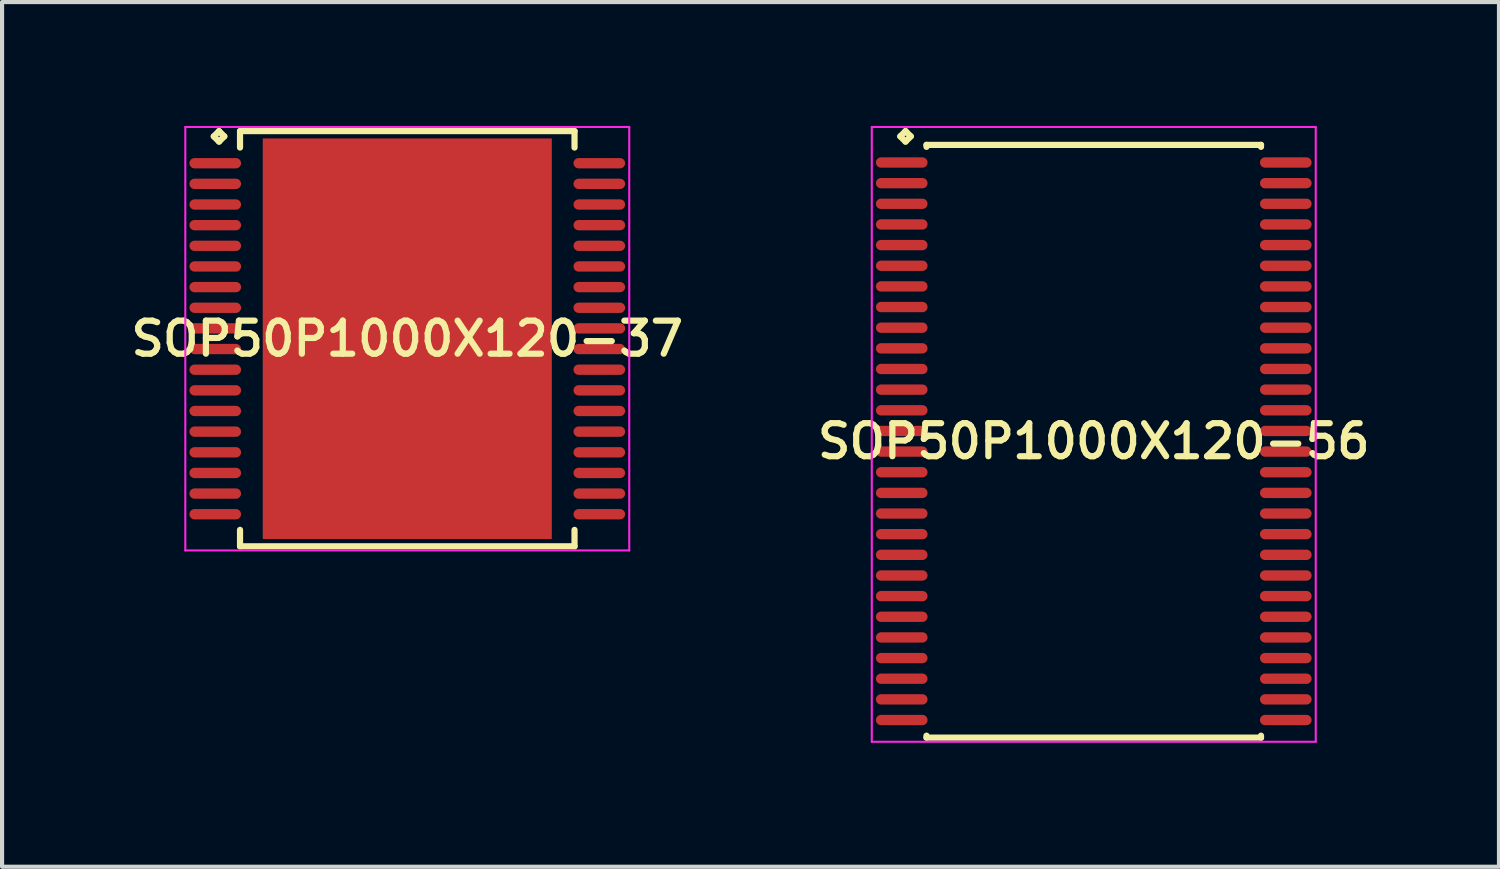
<source format=kicad_pcb>
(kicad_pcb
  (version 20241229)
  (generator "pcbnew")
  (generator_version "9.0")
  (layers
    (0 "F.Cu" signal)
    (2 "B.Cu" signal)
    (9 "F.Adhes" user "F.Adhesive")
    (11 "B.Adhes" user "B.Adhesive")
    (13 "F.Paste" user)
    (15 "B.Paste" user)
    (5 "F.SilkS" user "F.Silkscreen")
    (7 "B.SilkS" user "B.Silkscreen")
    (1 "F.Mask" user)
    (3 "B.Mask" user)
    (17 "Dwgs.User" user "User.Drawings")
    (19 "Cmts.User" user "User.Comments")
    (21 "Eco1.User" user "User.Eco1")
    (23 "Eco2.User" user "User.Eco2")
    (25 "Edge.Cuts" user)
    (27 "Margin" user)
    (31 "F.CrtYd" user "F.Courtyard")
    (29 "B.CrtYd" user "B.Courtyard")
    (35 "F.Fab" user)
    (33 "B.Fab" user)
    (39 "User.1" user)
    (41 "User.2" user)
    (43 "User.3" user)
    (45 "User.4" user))
  (footprint "SOP50P1000X120-37"
    (layer "F.Cu")
    (at 6.812 5.152)
    (property "Reference" "SOP50P1000X120-37" (at 0 0 0) (layer "F.SilkS") (effects (font (size 0.8 0.8) (thickness 0.15))))
    (attr smd)
    (fp_line (start -4.685 -4.9) (end -4.558 -5.027) (stroke (width 0.15) (type solid)) (layer "F.SilkS"))
    (fp_line (start -4.558 -5.027) (end -4.431 -4.9) (stroke (width 0.15) (type solid)) (layer "F.SilkS"))
    (fp_line (start -4.558 -4.773) (end -4.685 -4.9) (stroke (width 0.15) (type solid)) (layer "F.SilkS"))
    (fp_line (start -4.431 -4.9) (end -4.558 -4.773) (stroke (width 0.15) (type solid)) (layer "F.SilkS"))
    (fp_line (start -4.05 -5.027) (end 4.05 -5.027) (stroke (width 0.15) (type solid)) (layer "F.SilkS"))
    (fp_line (start -4.05 -4.629) (end -4.05 -5.027) (stroke (width 0.15) (type solid)) (layer "F.SilkS"))
    (fp_line (start -4.05 4.629) (end -4.05 5.027) (stroke (width 0.15) (type solid)) (layer "F.SilkS"))
    (fp_line (start -4.05 5.027) (end 4.05 5.027) (stroke (width 0.15) (type solid)) (layer "F.SilkS"))
    (fp_line (start 4.05 -5.027) (end 4.05 -4.629) (stroke (width 0.15) (type solid)) (layer "F.SilkS"))
    (fp_line (start 4.05 5.027) (end 4.05 4.629) (stroke (width 0.15) (type solid)) (layer "F.SilkS"))
    (fp_line (start -5.375 -5.127) (end 5.375 -5.127) (stroke (width 0.05) (type solid)) (layer "F.CrtYd"))
    (fp_line (start -5.375 5.127) (end -5.375 -5.127) (stroke (width 0.05) (type solid)) (layer "F.CrtYd"))
    (fp_line (start 5.375 -5.127) (end 5.375 5.127) (stroke (width 0.05) (type solid)) (layer "F.CrtYd"))
    (fp_line (start 5.375 5.127) (end -5.375 5.127) (stroke (width 0.05) (type solid)) (layer "F.CrtYd"))
    (pad "1" smd oval (at -4.65 -4.25) (size 1.25 0.25) (layers "F.Cu" "F.Mask" "F.Paste"))
    (pad "2" smd oval (at -4.65 -3.75) (size 1.25 0.25) (layers "F.Cu" "F.Mask" "F.Paste"))
    (pad "3" smd oval (at -4.65 -3.25) (size 1.25 0.25) (layers "F.Cu" "F.Mask" "F.Paste"))
    (pad "4" smd oval (at -4.65 -2.75) (size 1.25 0.25) (layers "F.Cu" "F.Mask" "F.Paste"))
    (pad "5" smd oval (at -4.65 -2.25) (size 1.25 0.25) (layers "F.Cu" "F.Mask" "F.Paste"))
    (pad "6" smd oval (at -4.65 -1.75) (size 1.25 0.25) (layers "F.Cu" "F.Mask" "F.Paste"))
    (pad "7" smd oval (at -4.65 -1.25) (size 1.25 0.25) (layers "F.Cu" "F.Mask" "F.Paste"))
    (pad "8" smd oval (at -4.65 -0.75) (size 1.25 0.25) (layers "F.Cu" "F.Mask" "F.Paste"))
    (pad "9" smd oval (at -4.65 -0.25) (size 1.25 0.25) (layers "F.Cu" "F.Mask" "F.Paste"))
    (pad "10" smd oval (at -4.65 0.25) (size 1.25 0.25) (layers "F.Cu" "F.Mask" "F.Paste"))
    (pad "11" smd oval (at -4.65 0.75) (size 1.25 0.25) (layers "F.Cu" "F.Mask" "F.Paste"))
    (pad "12" smd oval (at -4.65 1.25) (size 1.25 0.25) (layers "F.Cu" "F.Mask" "F.Paste"))
    (pad "13" smd oval (at -4.65 1.75) (size 1.25 0.25) (layers "F.Cu" "F.Mask" "F.Paste"))
    (pad "14" smd oval (at -4.65 2.25) (size 1.25 0.25) (layers "F.Cu" "F.Mask" "F.Paste"))
    (pad "15" smd oval (at -4.65 2.75) (size 1.25 0.25) (layers "F.Cu" "F.Mask" "F.Paste"))
    (pad "16" smd oval (at -4.65 3.25) (size 1.25 0.25) (layers "F.Cu" "F.Mask" "F.Paste"))
    (pad "17" smd oval (at -4.65 3.75) (size 1.25 0.25) (layers "F.Cu" "F.Mask" "F.Paste"))
    (pad "18" smd oval (at -4.65 4.25) (size 1.25 0.25) (layers "F.Cu" "F.Mask" "F.Paste"))
    (pad "19" smd oval (at 4.65 4.25) (size 1.25 0.25) (layers "F.Cu" "F.Mask" "F.Paste"))
    (pad "20" smd oval (at 4.65 3.75) (size 1.25 0.25) (layers "F.Cu" "F.Mask" "F.Paste"))
    (pad "21" smd oval (at 4.65 3.25) (size 1.25 0.25) (layers "F.Cu" "F.Mask" "F.Paste"))
    (pad "22" smd oval (at 4.65 2.75) (size 1.25 0.25) (layers "F.Cu" "F.Mask" "F.Paste"))
    (pad "23" smd oval (at 4.65 2.25) (size 1.25 0.25) (layers "F.Cu" "F.Mask" "F.Paste"))
    (pad "24" smd oval (at 4.65 1.75) (size 1.25 0.25) (layers "F.Cu" "F.Mask" "F.Paste"))
    (pad "25" smd oval (at 4.65 1.25) (size 1.25 0.25) (layers "F.Cu" "F.Mask" "F.Paste"))
    (pad "26" smd oval (at 4.65 0.75) (size 1.25 0.25) (layers "F.Cu" "F.Mask" "F.Paste"))
    (pad "27" smd oval (at 4.65 0.25) (size 1.25 0.25) (layers "F.Cu" "F.Mask" "F.Paste"))
    (pad "28" smd oval (at 4.65 -0.25) (size 1.25 0.25) (layers "F.Cu" "F.Mask" "F.Paste"))
    (pad "29" smd oval (at 4.65 -0.75) (size 1.25 0.25) (layers "F.Cu" "F.Mask" "F.Paste"))
    (pad "30" smd oval (at 4.65 -1.25) (size 1.25 0.25) (layers "F.Cu" "F.Mask" "F.Paste"))
    (pad "31" smd oval (at 4.65 -1.75) (size 1.25 0.25) (layers "F.Cu" "F.Mask" "F.Paste"))
    (pad "32" smd oval (at 4.65 -2.25) (size 1.25 0.25) (layers "F.Cu" "F.Mask" "F.Paste"))
    (pad "33" smd oval (at 4.65 -2.75) (size 1.25 0.25) (layers "F.Cu" "F.Mask" "F.Paste"))
    (pad "34" smd oval (at 4.65 -3.25) (size 1.25 0.25) (layers "F.Cu" "F.Mask" "F.Paste"))
    (pad "35" smd oval (at 4.65 -3.75) (size 1.25 0.25) (layers "F.Cu" "F.Mask" "F.Paste"))
    (pad "36" smd oval (at 4.65 -4.25) (size 1.25 0.25) (layers "F.Cu" "F.Mask" "F.Paste"))
    (pad "37" smd rect (at 0 0) (size 7 9.7) (layers "F.Cu" "F.Mask" "F.Paste")))
  (footprint "SOP50P1000X120-56"
    (layer "F.Cu")
    (at 23.435 7.635)
    (property "Reference" "SOP50P1000X120-56" (at 0 0 0) (layer "F.SilkS") (effects (font (size 0.8 0.8) (thickness 0.15))))
    (attr smd)
    (fp_line (start -4.685 -7.383) (end -4.558 -7.51) (stroke (width 0.15) (type solid)) (layer "F.SilkS"))
    (fp_line (start -4.558 -7.51) (end -4.431 -7.383) (stroke (width 0.15) (type solid)) (layer "F.SilkS"))
    (fp_line (start -4.558 -7.256) (end -4.685 -7.383) (stroke (width 0.15) (type solid)) (layer "F.SilkS"))
    (fp_line (start -4.431 -7.383) (end -4.558 -7.256) (stroke (width 0.15) (type solid)) (layer "F.SilkS"))
    (fp_line (start -4.05 -7.177) (end 4.05 -7.177) (stroke (width 0.15) (type solid)) (layer "F.SilkS"))
    (fp_line (start -4.05 -7.129) (end -4.05 -7.177) (stroke (width 0.15) (type solid)) (layer "F.SilkS"))
    (fp_line (start -4.05 7.129) (end -4.05 7.177) (stroke (width 0.15) (type solid)) (layer "F.SilkS"))
    (fp_line (start -4.05 7.177) (end 4.05 7.177) (stroke (width 0.15) (type solid)) (layer "F.SilkS"))
    (fp_line (start 4.05 -7.177) (end 4.05 -7.129) (stroke (width 0.15) (type solid)) (layer "F.SilkS"))
    (fp_line (start 4.05 7.177) (end 4.05 7.129) (stroke (width 0.15) (type solid)) (layer "F.SilkS"))
    (fp_line (start -5.375 -7.61) (end 5.375 -7.61) (stroke (width 0.05) (type solid)) (layer "F.CrtYd"))
    (fp_line (start -5.375 7.277) (end -5.375 -7.61) (stroke (width 0.05) (type solid)) (layer "F.CrtYd"))
    (fp_line (start 5.375 -7.61) (end 5.375 7.277) (stroke (width 0.05) (type solid)) (layer "F.CrtYd"))
    (fp_line (start 5.375 7.277) (end -5.375 7.277) (stroke (width 0.05) (type solid)) (layer "F.CrtYd"))
    (pad "1" smd oval (at -4.65 -6.75) (size 1.25 0.25) (layers "F.Cu" "F.Mask" "F.Paste"))
    (pad "2" smd oval (at -4.65 -6.25) (size 1.25 0.25) (layers "F.Cu" "F.Mask" "F.Paste"))
    (pad "3" smd oval (at -4.65 -5.75) (size 1.25 0.25) (layers "F.Cu" "F.Mask" "F.Paste"))
    (pad "4" smd oval (at -4.65 -5.25) (size 1.25 0.25) (layers "F.Cu" "F.Mask" "F.Paste"))
    (pad "5" smd oval (at -4.65 -4.75) (size 1.25 0.25) (layers "F.Cu" "F.Mask" "F.Paste"))
    (pad "6" smd oval (at -4.65 -4.25) (size 1.25 0.25) (layers "F.Cu" "F.Mask" "F.Paste"))
    (pad "7" smd oval (at -4.65 -3.75) (size 1.25 0.25) (layers "F.Cu" "F.Mask" "F.Paste"))
    (pad "8" smd oval (at -4.65 -3.25) (size 1.25 0.25) (layers "F.Cu" "F.Mask" "F.Paste"))
    (pad "9" smd oval (at -4.65 -2.75) (size 1.25 0.25) (layers "F.Cu" "F.Mask" "F.Paste"))
    (pad "10" smd oval (at -4.65 -2.25) (size 1.25 0.25) (layers "F.Cu" "F.Mask" "F.Paste"))
    (pad "11" smd oval (at -4.65 -1.75) (size 1.25 0.25) (layers "F.Cu" "F.Mask" "F.Paste"))
    (pad "12" smd oval (at -4.65 -1.25) (size 1.25 0.25) (layers "F.Cu" "F.Mask" "F.Paste"))
    (pad "13" smd oval (at -4.65 -0.75) (size 1.25 0.25) (layers "F.Cu" "F.Mask" "F.Paste"))
    (pad "14" smd oval (at -4.65 -0.25) (size 1.25 0.25) (layers "F.Cu" "F.Mask" "F.Paste"))
    (pad "15" smd oval (at -4.65 0.25) (size 1.25 0.25) (layers "F.Cu" "F.Mask" "F.Paste"))
    (pad "16" smd oval (at -4.65 0.75) (size 1.25 0.25) (layers "F.Cu" "F.Mask" "F.Paste"))
    (pad "17" smd oval (at -4.65 1.25) (size 1.25 0.25) (layers "F.Cu" "F.Mask" "F.Paste"))
    (pad "18" smd oval (at -4.65 1.75) (size 1.25 0.25) (layers "F.Cu" "F.Mask" "F.Paste"))
    (pad "19" smd oval (at -4.65 2.25) (size 1.25 0.25) (layers "F.Cu" "F.Mask" "F.Paste"))
    (pad "20" smd oval (at -4.65 2.75) (size 1.25 0.25) (layers "F.Cu" "F.Mask" "F.Paste"))
    (pad "21" smd oval (at -4.65 3.25) (size 1.25 0.25) (layers "F.Cu" "F.Mask" "F.Paste"))
    (pad "22" smd oval (at -4.65 3.75) (size 1.25 0.25) (layers "F.Cu" "F.Mask" "F.Paste"))
    (pad "23" smd oval (at -4.65 4.25) (size 1.25 0.25) (layers "F.Cu" "F.Mask" "F.Paste"))
    (pad "24" smd oval (at -4.65 4.75) (size 1.25 0.25) (layers "F.Cu" "F.Mask" "F.Paste"))
    (pad "25" smd oval (at -4.65 5.25) (size 1.25 0.25) (layers "F.Cu" "F.Mask" "F.Paste"))
    (pad "26" smd oval (at -4.65 5.75) (size 1.25 0.25) (layers "F.Cu" "F.Mask" "F.Paste"))
    (pad "27" smd oval (at -4.65 6.25) (size 1.25 0.25) (layers "F.Cu" "F.Mask" "F.Paste"))
    (pad "28" smd oval (at -4.65 6.75) (size 1.25 0.25) (layers "F.Cu" "F.Mask" "F.Paste"))
    (pad "29" smd oval (at 4.65 6.75) (size 1.25 0.25) (layers "F.Cu" "F.Mask" "F.Paste"))
    (pad "30" smd oval (at 4.65 6.25) (size 1.25 0.25) (layers "F.Cu" "F.Mask" "F.Paste"))
    (pad "31" smd oval (at 4.65 5.75) (size 1.25 0.25) (layers "F.Cu" "F.Mask" "F.Paste"))
    (pad "32" smd oval (at 4.65 5.25) (size 1.25 0.25) (layers "F.Cu" "F.Mask" "F.Paste"))
    (pad "33" smd oval (at 4.65 4.75) (size 1.25 0.25) (layers "F.Cu" "F.Mask" "F.Paste"))
    (pad "34" smd oval (at 4.65 4.25) (size 1.25 0.25) (layers "F.Cu" "F.Mask" "F.Paste"))
    (pad "35" smd oval (at 4.65 3.75) (size 1.25 0.25) (layers "F.Cu" "F.Mask" "F.Paste"))
    (pad "36" smd oval (at 4.65 3.25) (size 1.25 0.25) (layers "F.Cu" "F.Mask" "F.Paste"))
    (pad "37" smd oval (at 4.65 2.75) (size 1.25 0.25) (layers "F.Cu" "F.Mask" "F.Paste"))
    (pad "38" smd oval (at 4.65 2.25) (size 1.25 0.25) (layers "F.Cu" "F.Mask" "F.Paste"))
    (pad "39" smd oval (at 4.65 1.75) (size 1.25 0.25) (layers "F.Cu" "F.Mask" "F.Paste"))
    (pad "40" smd oval (at 4.65 1.25) (size 1.25 0.25) (layers "F.Cu" "F.Mask" "F.Paste"))
    (pad "41" smd oval (at 4.65 0.75) (size 1.25 0.25) (layers "F.Cu" "F.Mask" "F.Paste"))
    (pad "42" smd oval (at 4.65 0.25) (size 1.25 0.25) (layers "F.Cu" "F.Mask" "F.Paste"))
    (pad "43" smd oval (at 4.65 -0.25) (size 1.25 0.25) (layers "F.Cu" "F.Mask" "F.Paste"))
    (pad "44" smd oval (at 4.65 -0.75) (size 1.25 0.25) (layers "F.Cu" "F.Mask" "F.Paste"))
    (pad "45" smd oval (at 4.65 -1.25) (size 1.25 0.25) (layers "F.Cu" "F.Mask" "F.Paste"))
    (pad "46" smd oval (at 4.65 -1.75) (size 1.25 0.25) (layers "F.Cu" "F.Mask" "F.Paste"))
    (pad "47" smd oval (at 4.65 -2.25) (size 1.25 0.25) (layers "F.Cu" "F.Mask" "F.Paste"))
    (pad "48" smd oval (at 4.65 -2.75) (size 1.25 0.25) (layers "F.Cu" "F.Mask" "F.Paste"))
    (pad "49" smd oval (at 4.65 -3.25) (size 1.25 0.25) (layers "F.Cu" "F.Mask" "F.Paste"))
    (pad "50" smd oval (at 4.65 -3.75) (size 1.25 0.25) (layers "F.Cu" "F.Mask" "F.Paste"))
    (pad "51" smd oval (at 4.65 -4.25) (size 1.25 0.25) (layers "F.Cu" "F.Mask" "F.Paste"))
    (pad "52" smd oval (at 4.65 -4.75) (size 1.25 0.25) (layers "F.Cu" "F.Mask" "F.Paste"))
    (pad "53" smd oval (at 4.65 -5.25) (size 1.25 0.25) (layers "F.Cu" "F.Mask" "F.Paste"))
    (pad "54" smd oval (at 4.65 -5.75) (size 1.25 0.25) (layers "F.Cu" "F.Mask" "F.Paste"))
    (pad "55" smd oval (at 4.65 -6.25) (size 1.25 0.25) (layers "F.Cu" "F.Mask" "F.Paste"))
    (pad "56" smd oval (at 4.65 -6.75) (size 1.25 0.25) (layers "F.Cu" "F.Mask" "F.Paste")))
  (gr_rect
    (start -3 -3)
    (end 33.247 17.937)
    (stroke (width 0.1) (type default))
    (fill no)
    (layer "Edge.Cuts")))
</source>
